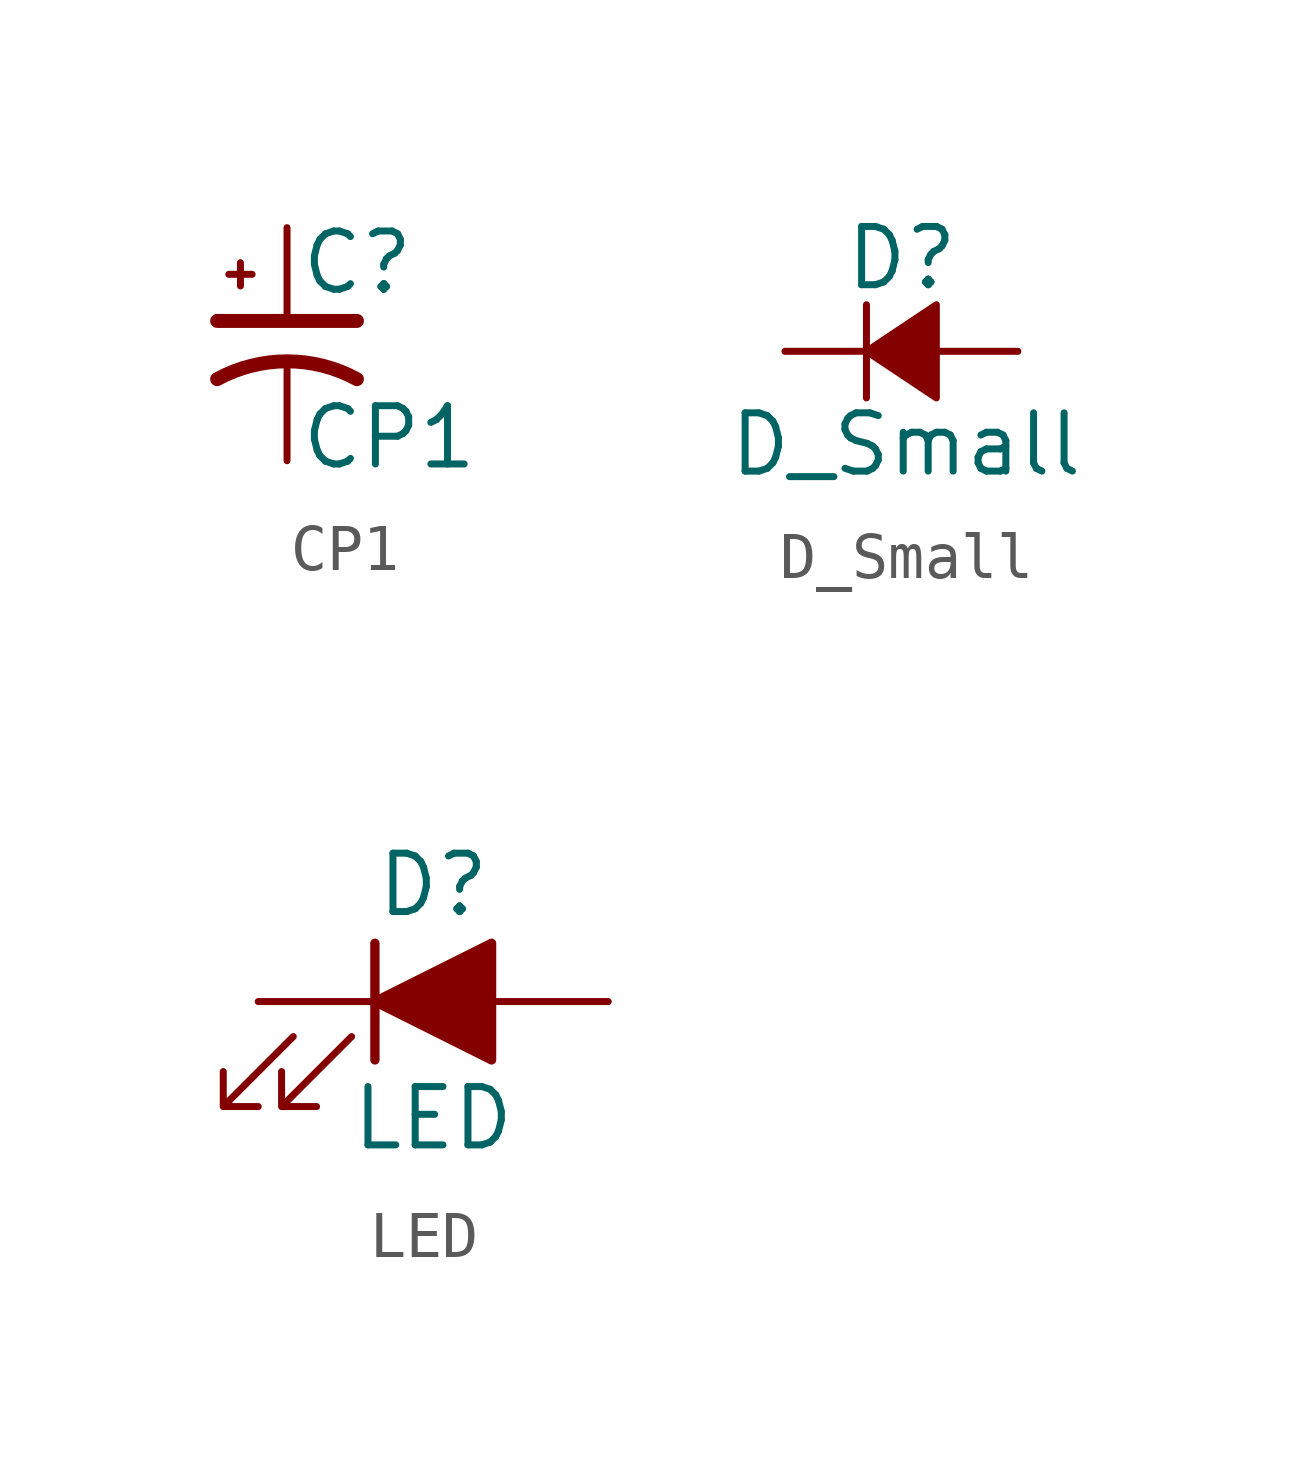
<source format=kicad_sym>
(kicad_symbol_lib
  (version 20220914)
  (generator kicad_symbol_editor)
  (symbol "CP1"
    (pin_numbers hide)
    (pin_names
      (offset 0.254) hide)
    (property "Reference" "C"
      (at 0.254 1.778 0)
      (effects (font (size 1.27 1.27)) (justify left)))
    (property "Value" "CP1"
      (at 0.254 -2.032 0)
      (effects (font (size 1.27 1.27)) (justify left)))
    (symbol "CP1_0_1"
      (polyline (pts (xy -1.524 0.508) (xy 1.524 0.508)) (stroke (width 0.305) (type solid)) (fill (type none)))
      (polyline (pts (xy -1.27 1.524) (xy -0.762 1.524)) (stroke (width 0) (type solid)) (fill (type none)))
      (polyline (pts (xy -1.016 1.27) (xy -1.016 1.778)) (stroke (width 0) (type solid)) (fill (type none)))
      (arc (start 1.524 -0.762) (mid 0 -0.3734) (end -1.524 -0.762) (stroke (width 0.3048) (type solid)) (fill (type none))))
    (symbol "CP1_1_1"
      (pin passive line (at 0 2.54 270) (length 2.032) (name "~" (effects (font (size 1.27 1.27)))) (number "1" (effects (font (size 1.27 1.27)))))
      (pin passive line (at 0 -2.54 90) (length 2.032) (name "~" (effects (font (size 1.27 1.27)))) (number "2" (effects (font (size 1.27 1.27)))))))
  (symbol "D_Small"
    (pin_numbers hide)
    (pin_names
      (offset 0.254) hide)
    (property "Reference" "D"
      (at -1.27 2.032 0)
      (effects (font (size 1.27 1.27)) (justify left)))
    (property "Value" "D_Small"
      (at -3.81 -2.032 0)
      (effects (font (size 1.27 1.27)) (justify left)))
    (symbol "D_Small_0_1"
      (polyline (pts (xy -0.762 -1.016) (xy -0.762 1.016)) (stroke (width 0) (type solid)) (fill (type none)))
      (polyline (pts (xy -0.762 0) (xy 0.762 0)) (stroke (width 0) (type solid)) (fill (type none)))
      (polyline (pts (xy 0.762 -1.016) (xy -0.762 0) (xy 0.762 1.016) (xy 0.762 -1.016)) (stroke (width 0) (type solid)) (fill (type outline))))
    (symbol "D_Small_1_1"
      (pin passive line (at -2.54 0 0) (length 1.778) (name "K" (effects (font (size 1.27 1.27)))) (number "1" (effects (font (size 1.27 1.27)))))
      (pin passive line (at 2.54 0 180) (length 1.778) (name "A" (effects (font (size 1.27 1.27)))) (number "2" (effects (font (size 1.27 1.27)))))))
  (symbol "LED"
    (pin_numbers hide)
    (pin_names
      (offset 1.016) hide)
    (property "Reference" "D"
      (at 0 2.54 0)
      (effects (font (size 1.27 1.27))))
    (property "Value" "LED"
      (at 0 -2.54 0)
      (effects (font (size 1.27 1.27))))
    (symbol "LED_0_1"
      (polyline (pts (xy -1.27 -1.27) (xy -1.27 1.27)) (stroke (width 0.203) (type solid)) (fill (type none)))
      (polyline (pts (xy -1.27 0) (xy 1.27 0)) (stroke (width 0) (type solid)) (fill (type none)))
      (polyline (pts (xy 1.27 -1.27) (xy 1.27 1.27) (xy -1.27 0) (xy 1.27 -1.27)) (stroke (width 0.203) (type solid)) (fill (type outline)))
      (polyline (pts (xy -3.048 -0.762) (xy -4.572 -2.286) (xy -3.81 -2.286) (xy -4.572 -2.286) (xy -4.572 -1.524)) (stroke (width 0) (type solid)) (fill (type none)))
      (polyline (pts (xy -1.778 -0.762) (xy -3.302 -2.286) (xy -2.54 -2.286) (xy -3.302 -2.286) (xy -3.302 -1.524)) (stroke (width 0) (type solid)) (fill (type none))))
    (symbol "LED_1_1"
      (pin passive line (at -3.81 0 0) (length 2.54) (name "K" (effects (font (size 1.27 1.27)))) (number "1" (effects (font (size 1.27 1.27)))))
      (pin passive line (at 3.81 0 180) (length 2.54) (name "A" (effects (font (size 1.27 1.27)))) (number "2" (effects (font (size 1.27 1.27))))))))
</source>
